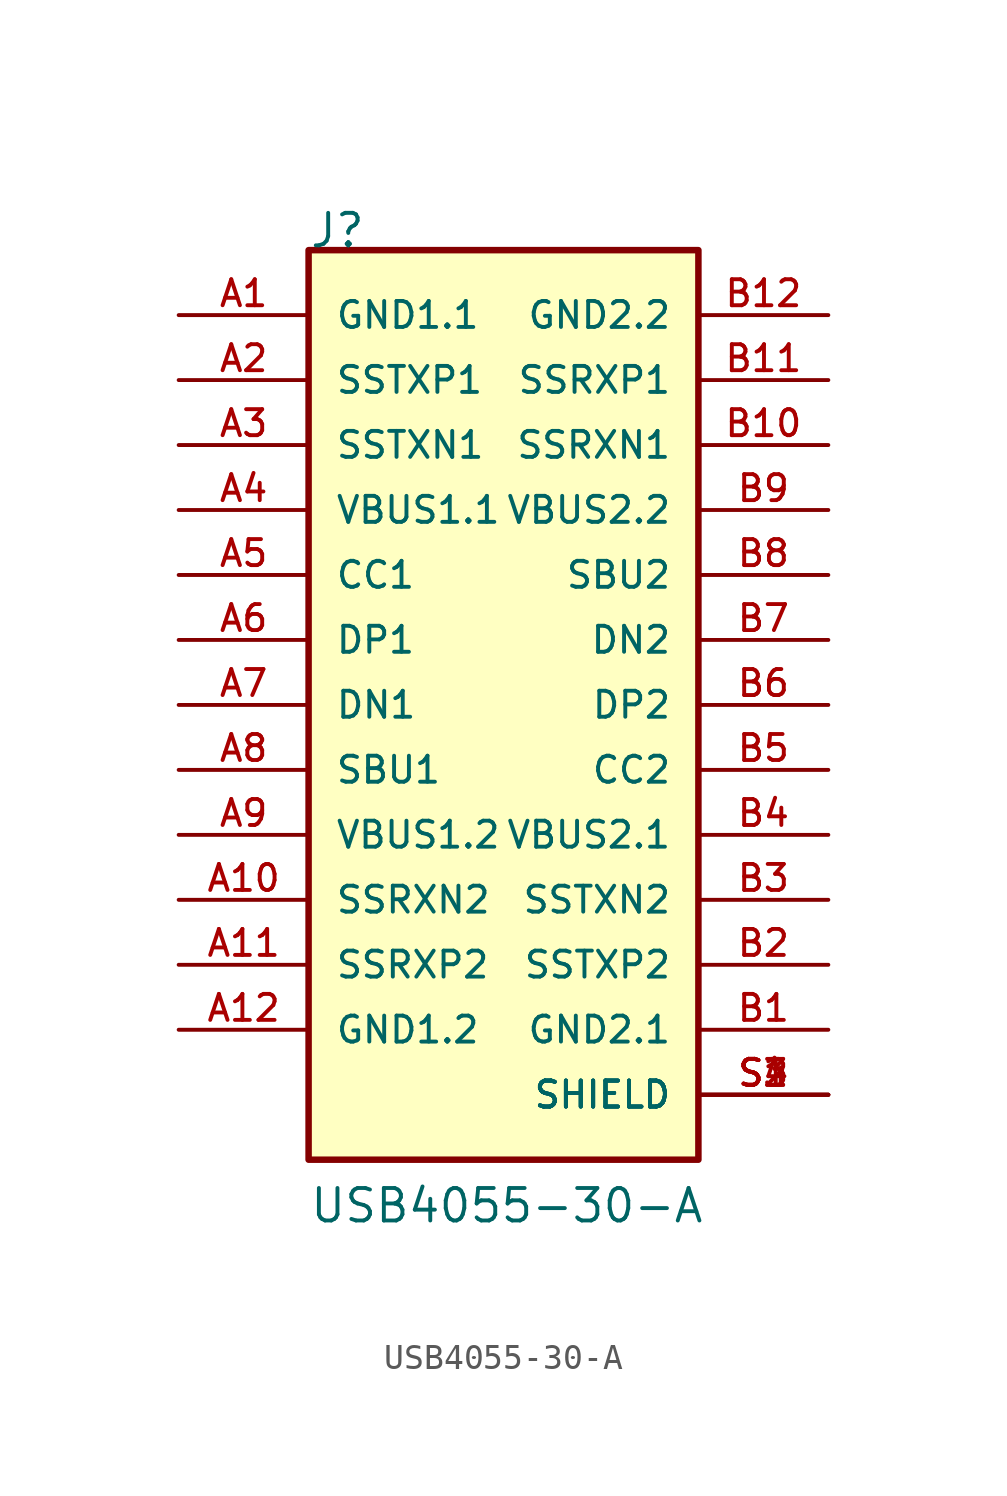
<source format=kicad_sym>
(kicad_symbol_lib
  (version 20211014)
  (generator kicad_symbol_editor)
  (symbol "USB4055-30-A"
    (pin_names
      (offset 1.016))
    (property "Reference" "J"
      (at -7.62 16.535 0)
      (effects (font (size 1.27 1.27)) (justify left bottom)))
    (property "Value" "USB4055-30-A"
      (at -7.62 -21.59 0)
      (effects (font (size 1.27 1.27)) (justify left bottom)))
    (property "ki_locked" ""
      (at 0 0 0)
      (effects (font (size 1.27 1.27))))
    (symbol "USB4055-30-A_0_0"
      (rectangle (start -7.62 16.51) (end 7.62 -19.05) (stroke (width 0.254) (type default) (color 0 0 0 0)) (fill (type background)))
      (pin power_in line (at -12.7 13.97 0) (length 5.08) (name "GND1.1" (effects (font (size 1.016 1.016)))) (number "A1" (effects (font (size 1.016 1.016)))))
      (pin input line (at -12.7 -8.89 0) (length 5.08) (name "SSRXN2" (effects (font (size 1.016 1.016)))) (number "A10" (effects (font (size 1.016 1.016)))))
      (pin input line (at -12.7 -11.43 0) (length 5.08) (name "SSRXP2" (effects (font (size 1.016 1.016)))) (number "A11" (effects (font (size 1.016 1.016)))))
      (pin power_in line (at -12.7 -13.97 0) (length 5.08) (name "GND1.2" (effects (font (size 1.016 1.016)))) (number "A12" (effects (font (size 1.016 1.016)))))
      (pin output line (at -12.7 11.43 0) (length 5.08) (name "SSTXP1" (effects (font (size 1.016 1.016)))) (number "A2" (effects (font (size 1.016 1.016)))))
      (pin output line (at -12.7 8.89 0) (length 5.08) (name "SSTXN1" (effects (font (size 1.016 1.016)))) (number "A3" (effects (font (size 1.016 1.016)))))
      (pin power_in line (at -12.7 6.35 0) (length 5.08) (name "VBUS1.1" (effects (font (size 1.016 1.016)))) (number "A4" (effects (font (size 1.016 1.016)))))
      (pin bidirectional line (at -12.7 3.81 0) (length 5.08) (name "CC1" (effects (font (size 1.016 1.016)))) (number "A5" (effects (font (size 1.016 1.016)))))
      (pin bidirectional line (at -12.7 1.27 0) (length 5.08) (name "DP1" (effects (font (size 1.016 1.016)))) (number "A6" (effects (font (size 1.016 1.016)))))
      (pin bidirectional line (at -12.7 -1.27 0) (length 5.08) (name "DN1" (effects (font (size 1.016 1.016)))) (number "A7" (effects (font (size 1.016 1.016)))))
      (pin bidirectional line (at -12.7 -3.81 0) (length 5.08) (name "SBU1" (effects (font (size 1.016 1.016)))) (number "A8" (effects (font (size 1.016 1.016)))))
      (pin power_in line (at -12.7 -6.35 0) (length 5.08) (name "VBUS1.2" (effects (font (size 1.016 1.016)))) (number "A9" (effects (font (size 1.016 1.016)))))
      (pin power_in line (at 12.7 -13.97 180) (length 5.08) (name "GND2.1" (effects (font (size 1.016 1.016)))) (number "B1" (effects (font (size 1.016 1.016)))))
      (pin input line (at 12.7 8.89 180) (length 5.08) (name "SSRXN1" (effects (font (size 1.016 1.016)))) (number "B10" (effects (font (size 1.016 1.016)))))
      (pin input line (at 12.7 11.43 180) (length 5.08) (name "SSRXP1" (effects (font (size 1.016 1.016)))) (number "B11" (effects (font (size 1.016 1.016)))))
      (pin power_in line (at 12.7 13.97 180) (length 5.08) (name "GND2.2" (effects (font (size 1.016 1.016)))) (number "B12" (effects (font (size 1.016 1.016)))))
      (pin output line (at 12.7 -11.43 180) (length 5.08) (name "SSTXP2" (effects (font (size 1.016 1.016)))) (number "B2" (effects (font (size 1.016 1.016)))))
      (pin output line (at 12.7 -8.89 180) (length 5.08) (name "SSTXN2" (effects (font (size 1.016 1.016)))) (number "B3" (effects (font (size 1.016 1.016)))))
      (pin power_in line (at 12.7 -6.35 180) (length 5.08) (name "VBUS2.1" (effects (font (size 1.016 1.016)))) (number "B4" (effects (font (size 1.016 1.016)))))
      (pin bidirectional line (at 12.7 -3.81 180) (length 5.08) (name "CC2" (effects (font (size 1.016 1.016)))) (number "B5" (effects (font (size 1.016 1.016)))))
      (pin bidirectional line (at 12.7 -1.27 180) (length 5.08) (name "DP2" (effects (font (size 1.016 1.016)))) (number "B6" (effects (font (size 1.016 1.016)))))
      (pin bidirectional line (at 12.7 1.27 180) (length 5.08) (name "DN2" (effects (font (size 1.016 1.016)))) (number "B7" (effects (font (size 1.016 1.016)))))
      (pin bidirectional line (at 12.7 3.81 180) (length 5.08) (name "SBU2" (effects (font (size 1.016 1.016)))) (number "B8" (effects (font (size 1.016 1.016)))))
      (pin power_in line (at 12.7 6.35 180) (length 5.08) (name "VBUS2.2" (effects (font (size 1.016 1.016)))) (number "B9" (effects (font (size 1.016 1.016)))))
      (pin passive line (at 12.7 -16.51 180) (length 5.08) (name "SHIELD" (effects (font (size 1.016 1.016)))) (number "S1" (effects (font (size 1.016 1.016)))))
      (pin passive line (at 12.7 -16.51 180) (length 5.08) (name "SHIELD" (effects (font (size 1.016 1.016)))) (number "S2" (effects (font (size 1.016 1.016)))))
      (pin passive line (at 12.7 -16.51 180) (length 5.08) (name "SHIELD" (effects (font (size 1.016 1.016)))) (number "S3" (effects (font (size 1.016 1.016)))))
      (pin passive line (at 12.7 -16.51 180) (length 5.08) (name "SHIELD" (effects (font (size 1.016 1.016)))) (number "S4" (effects (font (size 1.016 1.016))))))))
</source>
